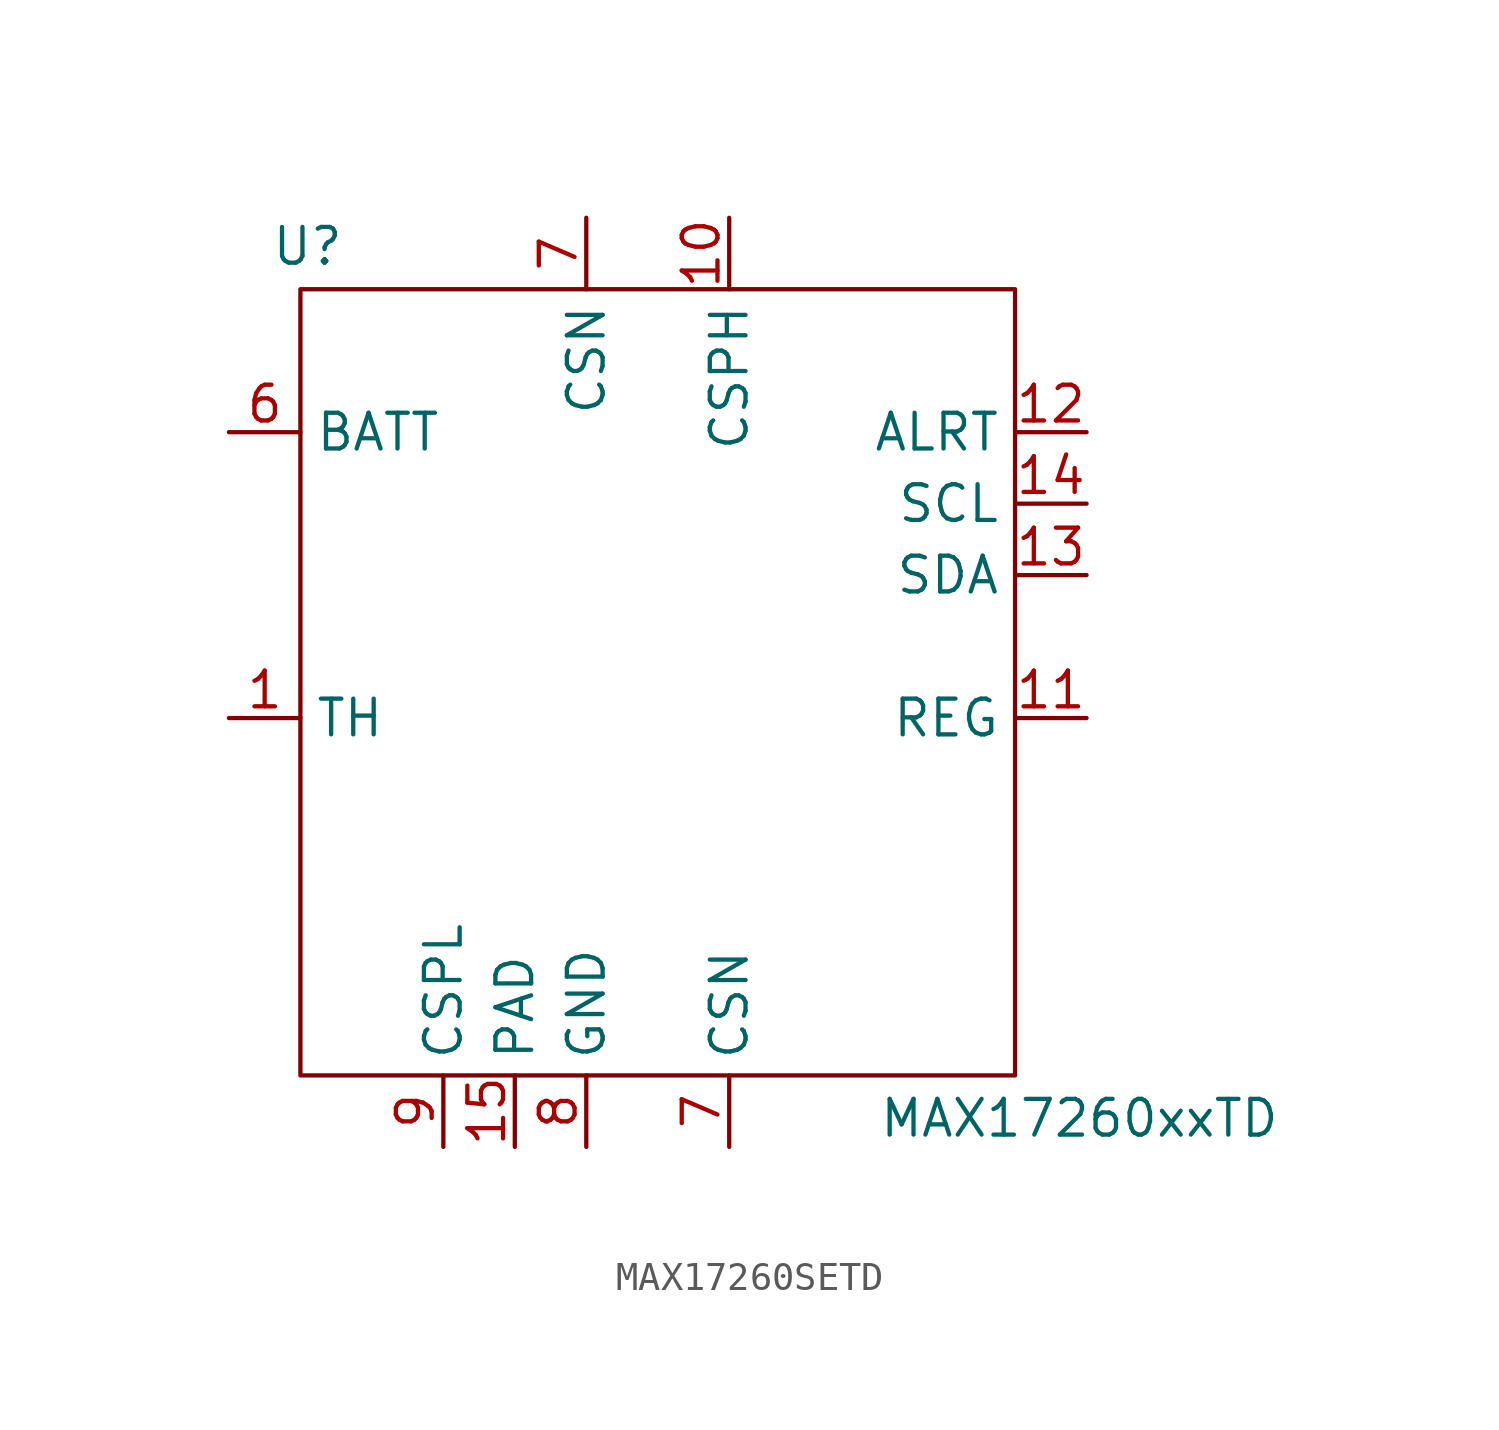
<source format=kicad_sym>
(kicad_symbol_lib
  (version 20231120)
  (generator "kicad_symbol_editor")
  (generator_version "8.0")
  (symbol "MAX17260SETD"
    (property "Reference" "U"
      (at -12.446 14.224 0)
      (effects (font (size 1.27 1.27))))
    (property "Value" "MAX17260xxTD"
      (at 14.986 -16.764 0)
      (effects (font (size 1.27 1.27))))
    (symbol "MAX17260SETD_0_1"
      (rectangle (start -12.7 12.7) (end 12.7 -15.24) (stroke (width 0) (type default)) (fill (type none))))
    (symbol "MAX17260SETD_1_1"
      (pin power_in line (at -15.24 -2.54 0) (length 2.54) (name "TH" (effects (font (size 1.27 1.27)))) (number "1" (effects (font (size 1.27 1.27)))))
      (pin power_in line (at 2.54 15.24 270) (length 2.54) (name "CSPH" (effects (font (size 1.27 1.27)))) (number "10" (effects (font (size 1.27 1.27)))))
      (pin power_in line (at 15.24 -2.54 180) (length 2.54) (name "REG" (effects (font (size 1.27 1.27)))) (number "11" (effects (font (size 1.27 1.27)))))
      (pin power_in line (at 15.24 7.62 180) (length 2.54) (name "ALRT" (effects (font (size 1.27 1.27)))) (number "12" (effects (font (size 1.27 1.27)))))
      (pin power_in line (at 15.24 2.54 180) (length 2.54) (name "SDA" (effects (font (size 1.27 1.27)))) (number "13" (effects (font (size 1.27 1.27)))))
      (pin power_in line (at 15.24 5.08 180) (length 2.54) (name "SCL" (effects (font (size 1.27 1.27)))) (number "14" (effects (font (size 1.27 1.27)))))
      (pin power_in line (at -5.08 -17.78 90) (length 2.54) (name "PAD" (effects (font (size 1.27 1.27)))) (number "15" (effects (font (size 1.27 1.27)))))
      (pin power_in line (at -15.24 7.62 0) (length 2.54) (name "BATT" (effects (font (size 1.27 1.27)))) (number "6" (effects (font (size 1.27 1.27)))))
      (pin power_in line (at -2.54 15.24 270) (length 2.54) (name "CSN" (effects (font (size 1.27 1.27)))) (number "7" (effects (font (size 1.27 1.27)))))
      (pin power_in line (at 2.54 -17.78 90) (length 2.54) (name "CSN" (effects (font (size 1.27 1.27)))) (number "7" (effects (font (size 1.27 1.27)))))
      (pin power_in line (at -2.54 -17.78 90) (length 2.54) (name "GND" (effects (font (size 1.27 1.27)))) (number "8" (effects (font (size 1.27 1.27)))))
      (pin power_in line (at -7.62 -17.78 90) (length 2.54) (name "CSPL" (effects (font (size 1.27 1.27)))) (number "9" (effects (font (size 1.27 1.27))))))))
</source>
